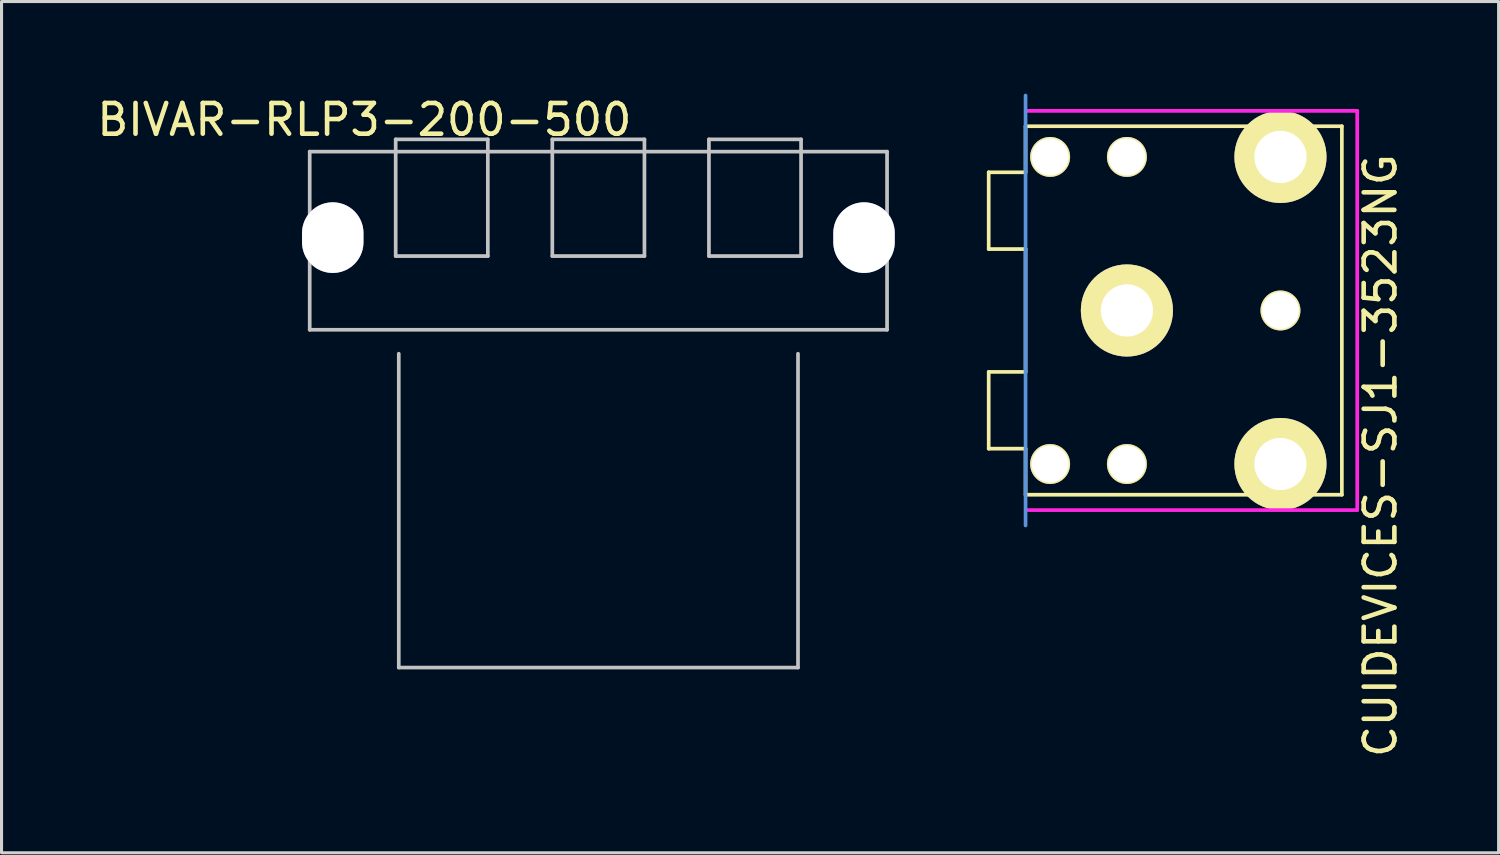
<source format=kicad_pcb>
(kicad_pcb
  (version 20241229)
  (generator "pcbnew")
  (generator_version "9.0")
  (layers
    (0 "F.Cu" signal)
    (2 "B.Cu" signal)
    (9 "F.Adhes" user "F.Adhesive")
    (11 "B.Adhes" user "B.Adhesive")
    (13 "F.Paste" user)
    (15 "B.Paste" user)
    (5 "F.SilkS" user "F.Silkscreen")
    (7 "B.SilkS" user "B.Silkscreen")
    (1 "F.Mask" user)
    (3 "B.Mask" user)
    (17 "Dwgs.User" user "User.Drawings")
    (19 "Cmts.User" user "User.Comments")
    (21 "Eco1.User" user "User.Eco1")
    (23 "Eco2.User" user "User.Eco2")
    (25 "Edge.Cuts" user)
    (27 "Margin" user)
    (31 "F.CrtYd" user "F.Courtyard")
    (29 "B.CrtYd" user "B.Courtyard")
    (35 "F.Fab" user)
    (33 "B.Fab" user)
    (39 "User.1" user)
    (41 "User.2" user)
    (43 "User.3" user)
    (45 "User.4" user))
  (footprint "BIVAR-RLP3-200-500"
    (layer "F.Cu")
    (at 16.435 3.388)
    (property "Reference" "BIVAR-RLP3-200-500" (at -7.62 -2.54 0) (layer "F.SilkS") (effects (font (size 1 1) (thickness 0.15))))
    (attr through_hole)
    (fp_line (start -9.4 -1.5) (end 9.4 -1.5) (stroke (width 0.12) (type solid)) (layer "Dwgs.User"))
    (fp_line (start -9.4 4.3) (end -9.4 -1.5) (stroke (width 0.12) (type solid)) (layer "Dwgs.User"))
    (fp_line (start -6.6 -1.9) (end -3.6 -1.9) (stroke (width 0.12) (type solid)) (layer "Dwgs.User"))
    (fp_line (start -6.6 1.9) (end -6.6 -1.9) (stroke (width 0.12) (type solid)) (layer "Dwgs.User"))
    (fp_line (start -6.6 1.9) (end -3.6 1.9) (stroke (width 0.12) (type solid)) (layer "Dwgs.User"))
    (fp_line (start -6.5 5.08) (end -6.5 15.3) (stroke (width 0.12) (type solid)) (layer "Dwgs.User"))
    (fp_line (start -6.5 15.3) (end 6.5 15.3) (stroke (width 0.12) (type solid)) (layer "Dwgs.User"))
    (fp_line (start -3.6 -1.9) (end -3.6 1.9) (stroke (width 0.12) (type solid)) (layer "Dwgs.User"))
    (fp_line (start -1.5 -1.9) (end 1.5 -1.9) (stroke (width 0.12) (type solid)) (layer "Dwgs.User"))
    (fp_line (start -1.5 1.9) (end -1.5 -1.9) (stroke (width 0.12) (type solid)) (layer "Dwgs.User"))
    (fp_line (start -1.5 1.9) (end 1.5 1.9) (stroke (width 0.12) (type solid)) (layer "Dwgs.User"))
    (fp_line (start 1.5 -1.9) (end 1.5 1.9) (stroke (width 0.12) (type solid)) (layer "Dwgs.User"))
    (fp_line (start 3.6 -1.9) (end 6.6 -1.9) (stroke (width 0.12) (type solid)) (layer "Dwgs.User"))
    (fp_line (start 3.6 1.9) (end 3.6 -1.9) (stroke (width 0.12) (type solid)) (layer "Dwgs.User"))
    (fp_line (start 3.6 1.9) (end 6.6 1.9) (stroke (width 0.12) (type solid)) (layer "Dwgs.User"))
    (fp_line (start 6.5 15.3) (end 6.5 5.08) (stroke (width 0.12) (type solid)) (layer "Dwgs.User"))
    (fp_line (start 6.6 -1.9) (end 6.6 1.9) (stroke (width 0.12) (type solid)) (layer "Dwgs.User"))
    (fp_line (start 9.4 -1.5) (end 9.4 4.3) (stroke (width 0.12) (type solid)) (layer "Dwgs.User"))
    (fp_line (start 9.4 4.3) (end -9.4 4.3) (stroke (width 0.12) (type solid)) (layer "Dwgs.User"))
    (pad "" thru_hole oval (at -8.65 1.3) (size 2 2.3) (drill oval 2 2.3) (layers "*.Cu" "*.Mask"))
    (pad "" thru_hole oval (at 8.65 1.3) (size 2 2.3) (drill oval 2 2.3) (layers "*.Cu" "*.Mask")))
  (footprint "CUIDEVICES-SJ1-3523NG"
    (layer "F.Cu")
    (at 33.645 7.06)
    (property "Reference" "CUIDEVICES-SJ1-3523NG" (at 8.255 4.724 90) (layer "F.SilkS") (effects (font (size 1 1) (thickness 0.15))))
    (attr through_hole)
    (fp_line (start -4.5 -4.5) (end -3.3 -4.5) (stroke (width 0.12) (type solid)) (layer "F.SilkS"))
    (fp_line (start -4.5 -2) (end -4.5 -4.5) (stroke (width 0.12) (type solid)) (layer "F.SilkS"))
    (fp_line (start -4.5 2) (end -3.3 2) (stroke (width 0.12) (type solid)) (layer "F.SilkS"))
    (fp_line (start -4.5 4.5) (end -4.5 2) (stroke (width 0.12) (type solid)) (layer "F.SilkS"))
    (fp_line (start -3.3 -6) (end 7 -6) (stroke (width 0.12) (type solid)) (layer "F.SilkS"))
    (fp_line (start -3.3 -4.5) (end -3.3 -6) (stroke (width 0.12) (type solid)) (layer "F.SilkS"))
    (fp_line (start -3.3 -2) (end -4.5 -2) (stroke (width 0.12) (type solid)) (layer "F.SilkS"))
    (fp_line (start -3.3 2) (end -3.3 -2) (stroke (width 0.12) (type solid)) (layer "F.SilkS"))
    (fp_line (start -3.3 4.5) (end -4.5 4.5) (stroke (width 0.12) (type solid)) (layer "F.SilkS"))
    (fp_line (start -3.3 6) (end -3.3 4.5) (stroke (width 0.12) (type solid)) (layer "F.SilkS"))
    (fp_line (start 7 -6) (end 7 6) (stroke (width 0.12) (type solid)) (layer "F.SilkS"))
    (fp_line (start 7 6) (end -3.3 6) (stroke (width 0.12) (type solid)) (layer "F.SilkS"))
    (fp_line (start -3.3 -7) (end -3.3 7) (stroke (width 0.12) (type solid)) (layer "Cmts.User"))
    (fp_line (start -3.277 -6.5) (end 7.5 -6.5) (stroke (width 0.12) (type solid)) (layer "F.CrtYd"))
    (fp_line (start 7.5 -6.5) (end 7.5 6.5) (stroke (width 0.12) (type solid)) (layer "F.CrtYd"))
    (fp_line (start 7.5 6.5) (end -3.226 6.5) (stroke (width 0.12) (type solid)) (layer "F.CrtYd"))
    (pad "" thru_hole circle (at -2.5 -5) (size 1.3 1.3) (drill 1.2) (layers "*.Cu" "*.Mask" "F.SilkS"))
    (pad "" thru_hole circle (at -2.5 5) (size 1.3 1.3) (drill 1.2) (layers "*.Cu" "*.Mask" "F.SilkS"))
    (pad "" thru_hole circle (at 0 -5) (size 1.3 1.3) (drill 1.2) (layers "*.Cu" "*.Mask" "F.SilkS"))
    (pad "" thru_hole circle (at 0 5) (size 1.3 1.3) (drill 1.2) (layers "*.Cu" "*.Mask" "F.SilkS"))
    (pad "" thru_hole circle (at 5 0) (size 1.3 1.3) (drill 1.2) (layers "*.Cu" "*.Mask" "F.SilkS"))
    (pad "1" thru_hole circle (at 0 0) (size 3 3) (drill 1.7) (layers "*.Cu" "*.Mask" "F.SilkS"))
    (pad "2" thru_hole circle (at 5 5) (size 3 3) (drill 1.7) (layers "*.Cu" "*.Mask" "F.SilkS"))
    (pad "3" thru_hole circle (at 5 -5) (size 3 3) (drill 1.7) (layers "*.Cu" "*.Mask" "F.SilkS")))
  (gr_rect
    (start -3 -3)
    (end 45.749 24.719)
    (stroke (width 0.1) (type default))
    (fill no)
    (layer "Edge.Cuts")))
</source>
